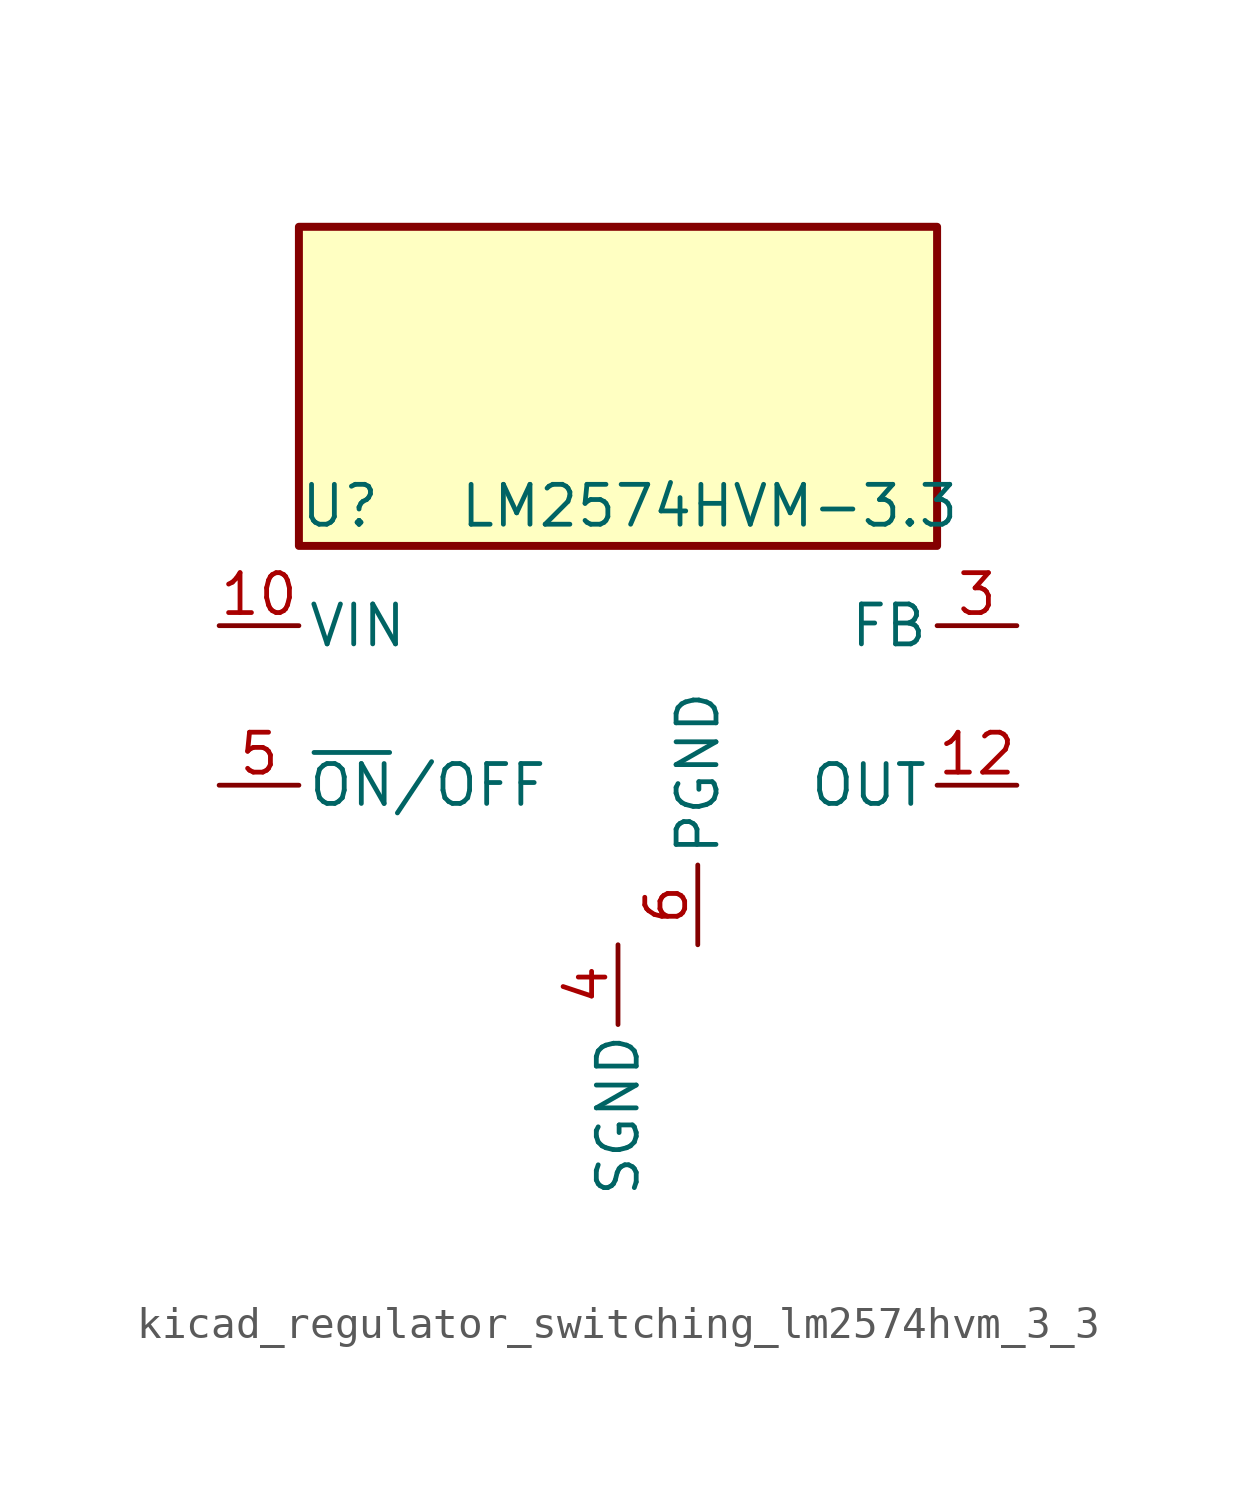
<source format=kicad_sym>
(kicad_symbol_lib
  (version 20220914)
  (generator kicad_symbol_editor)
  (symbol "kicad_regulator_switching_lm2574hvm_3_3"
    (pin_names
      (offset 0.254))
    (property "Reference" "U"
      (at -10.16 6.35 0)
      (effects (font (size 1.27 1.27)) (justify left)))
    (property "Value" "LM2574HVM-3.3"
      (at -5.08 6.35 0)
      (effects (font (size 1.27 1.27)) (justify left)))
    (symbol "kicad_regulator_switching_lm2574hvm_3_3_0_1"
      (rectangle (start 10.16 15.24) (end -10.16 5.08) (stroke (width 0.254) (type default)) (fill (type background))))
    (symbol "kicad_regulator_switching_lm2574hvm_3_3_1_1"
      (pin power_in line (at -12.7 2.54 0) (length 2.54) (name "VIN" (effects (font (size 1.27 1.27)))) (number "10" (effects (font (size 1.27 1.27)))))
      (pin output line (at 12.7 -2.54 180) (length 2.54) (name "OUT" (effects (font (size 1.27 1.27)))) (number "12" (effects (font (size 1.27 1.27)))))
      (pin input line (at 12.7 2.54 180) (length 2.54) (name "FB" (effects (font (size 1.27 1.27)))) (number "3" (effects (font (size 1.27 1.27)))))
      (pin power_in line (at 0 -7.62 270) (length 2.54) (name "SGND" (effects (font (size 1.27 1.27)))) (number "4" (effects (font (size 1.27 1.27)))))
      (pin input line (at -12.7 -2.54 0) (length 2.54) (name "~{ON}/OFF" (effects (font (size 1.27 1.27)))) (number "5" (effects (font (size 1.27 1.27)))))
      (pin power_in line (at 2.54 -7.62 90) (length 2.54) (name "PGND" (effects (font (size 1.27 1.27)))) (number "6" (effects (font (size 1.27 1.27))))))))
</source>
